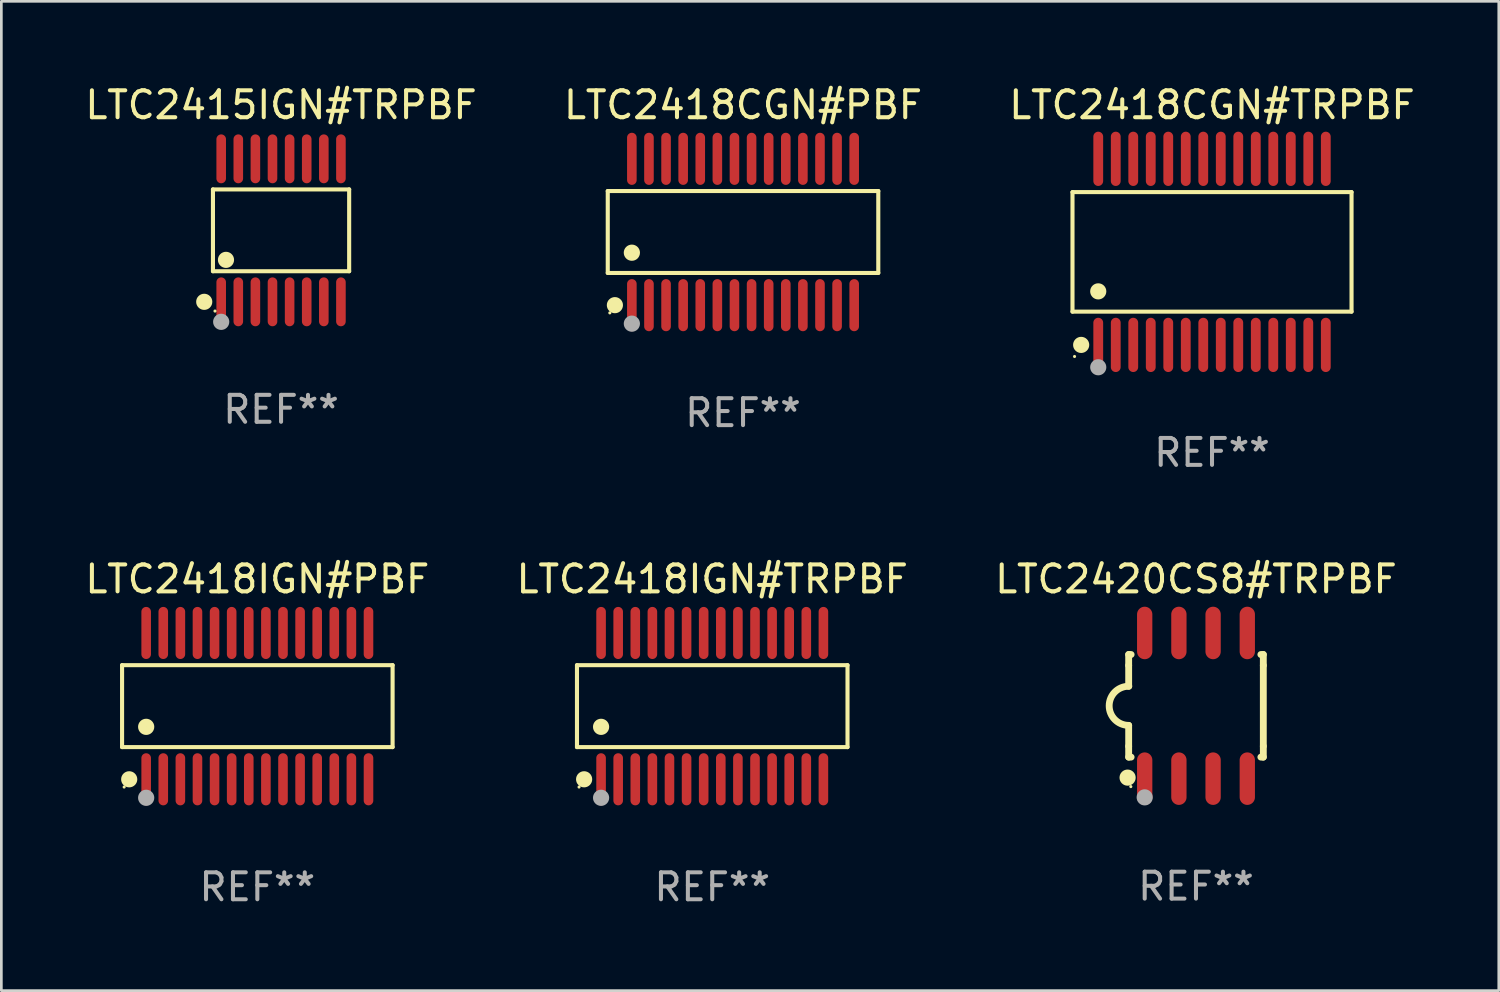
<source format=kicad_pcb>
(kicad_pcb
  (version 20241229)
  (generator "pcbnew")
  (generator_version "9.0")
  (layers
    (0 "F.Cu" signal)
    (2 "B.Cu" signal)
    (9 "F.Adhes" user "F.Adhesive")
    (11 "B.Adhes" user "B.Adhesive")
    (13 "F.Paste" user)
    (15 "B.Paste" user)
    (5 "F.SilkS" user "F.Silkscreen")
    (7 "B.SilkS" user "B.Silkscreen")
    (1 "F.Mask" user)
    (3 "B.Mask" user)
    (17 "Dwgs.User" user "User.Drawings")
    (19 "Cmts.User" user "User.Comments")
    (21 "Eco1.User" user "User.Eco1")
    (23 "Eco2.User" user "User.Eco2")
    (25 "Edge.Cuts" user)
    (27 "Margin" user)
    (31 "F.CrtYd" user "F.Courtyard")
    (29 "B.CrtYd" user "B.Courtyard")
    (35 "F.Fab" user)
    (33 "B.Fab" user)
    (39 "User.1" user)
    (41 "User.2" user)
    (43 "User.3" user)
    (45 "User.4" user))
  (footprint "LTC2418CGN#TRPBF"
    (layer "F.Cu")
    (at 41.958 6.303)
    (property "Reference" "LTC2418CGN#TRPBF" (at 0 -5.455 0) (layer "F.SilkS") (effects (font (size 1 1) (thickness 0.15))))
    (attr through_hole)
    (fp_line (start -5.181 -2.219) (end 5.181 -2.219) (stroke (width 0.152) (type solid)) (layer "F.SilkS"))
    (fp_line (start -5.181 2.219) (end -5.181 -2.219) (stroke (width 0.152) (type solid)) (layer "F.SilkS"))
    (fp_line (start 5.181 -2.219) (end 5.181 2.219) (stroke (width 0.152) (type solid)) (layer "F.SilkS"))
    (fp_line (start 5.181 2.219) (end -5.181 2.219) (stroke (width 0.152) (type solid)) (layer "F.SilkS"))
    (fp_circle (center -5.105 3.885) (end -5.075 3.885) (stroke (width 0.06) (type solid)) (fill no) (layer "F.SilkS"))
    (fp_circle (center -4.859 3.455) (end -4.709 3.455) (stroke (width 0.3) (type solid)) (fill no) (layer "F.SilkS"))
    (fp_circle (center -4.225 1.467) (end -4.075 1.467) (stroke (width 0.3) (type solid)) (fill no) (layer "F.SilkS"))
    (fp_circle (center -4.225 4.285) (end -4.075 4.285) (stroke (width 0.3) (type solid)) (fill no) (layer "F.Fab"))
    (fp_text user "REF**" (at 0 7.455 0) (layer "F.Fab") (effects (font (size 1 1) (thickness 0.15))))
    (pad "1" smd oval (at -4.225 3.455) (size 0.364 2.015) (layers "F.Cu" "F.Mask" "F.Paste"))
    (pad "2" smd oval (at -3.575 3.455) (size 0.364 2.015) (layers "F.Cu" "F.Mask" "F.Paste"))
    (pad "3" smd oval (at -2.925 3.455) (size 0.364 2.015) (layers "F.Cu" "F.Mask" "F.Paste"))
    (pad "4" smd oval (at -2.275 3.455) (size 0.364 2.015) (layers "F.Cu" "F.Mask" "F.Paste"))
    (pad "5" smd oval (at -1.625 3.455) (size 0.364 2.015) (layers "F.Cu" "F.Mask" "F.Paste"))
    (pad "6" smd oval (at -0.975 3.455) (size 0.364 2.015) (layers "F.Cu" "F.Mask" "F.Paste"))
    (pad "7" smd oval (at -0.325 3.455) (size 0.364 2.015) (layers "F.Cu" "F.Mask" "F.Paste"))
    (pad "8" smd oval (at 0.325 3.455) (size 0.364 2.015) (layers "F.Cu" "F.Mask" "F.Paste"))
    (pad "9" smd oval (at 0.975 3.455) (size 0.364 2.015) (layers "F.Cu" "F.Mask" "F.Paste"))
    (pad "10" smd oval (at 1.625 3.455) (size 0.364 2.015) (layers "F.Cu" "F.Mask" "F.Paste"))
    (pad "11" smd oval (at 2.275 3.455) (size 0.364 2.015) (layers "F.Cu" "F.Mask" "F.Paste"))
    (pad "12" smd oval (at 2.925 3.455) (size 0.364 2.015) (layers "F.Cu" "F.Mask" "F.Paste"))
    (pad "13" smd oval (at 3.575 3.455) (size 0.364 2.015) (layers "F.Cu" "F.Mask" "F.Paste"))
    (pad "14" smd oval (at 4.225 3.455) (size 0.364 2.015) (layers "F.Cu" "F.Mask" "F.Paste"))
    (pad "15" smd oval (at 4.225 -3.455) (size 0.364 2.015) (layers "F.Cu" "F.Mask" "F.Paste"))
    (pad "16" smd oval (at 3.575 -3.455) (size 0.364 2.015) (layers "F.Cu" "F.Mask" "F.Paste"))
    (pad "17" smd oval (at 2.925 -3.455) (size 0.364 2.015) (layers "F.Cu" "F.Mask" "F.Paste"))
    (pad "18" smd oval (at 2.275 -3.455) (size 0.364 2.015) (layers "F.Cu" "F.Mask" "F.Paste"))
    (pad "19" smd oval (at 1.625 -3.455) (size 0.364 2.015) (layers "F.Cu" "F.Mask" "F.Paste"))
    (pad "20" smd oval (at 0.975 -3.455) (size 0.364 2.015) (layers "F.Cu" "F.Mask" "F.Paste"))
    (pad "21" smd oval (at 0.325 -3.455) (size 0.364 2.015) (layers "F.Cu" "F.Mask" "F.Paste"))
    (pad "22" smd oval (at -0.325 -3.455) (size 0.364 2.015) (layers "F.Cu" "F.Mask" "F.Paste"))
    (pad "23" smd oval (at -0.975 -3.455) (size 0.364 2.015) (layers "F.Cu" "F.Mask" "F.Paste"))
    (pad "24" smd oval (at -1.625 -3.455) (size 0.364 2.015) (layers "F.Cu" "F.Mask" "F.Paste"))
    (pad "25" smd oval (at -2.275 -3.455) (size 0.364 2.015) (layers "F.Cu" "F.Mask" "F.Paste"))
    (pad "26" smd oval (at -2.925 -3.455) (size 0.364 2.015) (layers "F.Cu" "F.Mask" "F.Paste"))
    (pad "27" smd oval (at -3.575 -3.455) (size 0.364 2.015) (layers "F.Cu" "F.Mask" "F.Paste"))
    (pad "28" smd oval (at -4.225 -3.455) (size 0.364 2.015) (layers "F.Cu" "F.Mask" "F.Paste")))
  (footprint "LTC2420CS8#TRPBF"
    (layer "F.Cu")
    (at 41.363 23.16)
    (property "Reference" "LTC2420CS8#TRPBF" (at 0 -4.705 0) (layer "F.SilkS") (effects (font (size 1 1) (thickness 0.15))))
    (attr through_hole)
    (fp_line (start -2.5 -1.905) (end -2.409 -1.905) (stroke (width 0.254) (type solid)) (layer "F.SilkS"))
    (fp_line (start -2.5 -1.5) (end -2.5 -1.905) (stroke (width 0.254) (type solid)) (layer "F.SilkS"))
    (fp_line (start -2.5 -1.5) (end -2.5 -0.726) (stroke (width 0.254) (type solid)) (layer "F.SilkS"))
    (fp_line (start -2.5 1.5) (end -2.5 0.727) (stroke (width 0.254) (type solid)) (layer "F.SilkS"))
    (fp_line (start -2.5 1.5) (end -2.5 1.905) (stroke (width 0.254) (type solid)) (layer "F.SilkS"))
    (fp_line (start -2.5 1.905) (end -2.409 1.905) (stroke (width 0.254) (type solid)) (layer "F.SilkS"))
    (fp_line (start 2.5 -1.905) (end 2.409 -1.905) (stroke (width 0.254) (type solid)) (layer "F.SilkS"))
    (fp_line (start 2.5 -1.5) (end 2.5 -1.905) (stroke (width 0.254) (type solid)) (layer "F.SilkS"))
    (fp_line (start 2.5 -1.5) (end 2.5 1.5) (stroke (width 0.254) (type solid)) (layer "F.SilkS"))
    (fp_line (start 2.5 1.5) (end 2.5 1.905) (stroke (width 0.254) (type solid)) (layer "F.SilkS"))
    (fp_line (start 2.5 1.905) (end 2.409 1.905) (stroke (width 0.254) (type solid)) (layer "F.SilkS"))
    (fp_arc (start -2.5 0.726568) (mid -3.220316 -0.0023) (end -2.495097 -0.726289) (stroke (width 0.254001) (type solid)) (layer "F.SilkS"))
    (fp_circle (center -2.54 2.667) (end -2.39 2.667) (stroke (width 0.3) (type solid)) (fill no) (layer "F.SilkS"))
    (fp_circle (center -2.42 3) (end -2.39 3) (stroke (width 0.06) (type solid)) (fill no) (layer "F.SilkS"))
    (fp_circle (center -1.905 3.4) (end -1.755 3.4) (stroke (width 0.3) (type solid)) (fill no) (layer "F.Fab"))
    (fp_text user "REF**" (at 0 6.705 0) (layer "F.Fab") (effects (font (size 1 1) (thickness 0.15))))
    (pad "1" smd oval (at -1.905 2.705) (size 0.568 1.95) (layers "F.Cu" "F.Mask" "F.Paste"))
    (pad "2" smd oval (at -0.635 2.705) (size 0.568 1.95) (layers "F.Cu" "F.Mask" "F.Paste"))
    (pad "3" smd oval (at 0.635 2.705) (size 0.568 1.95) (layers "F.Cu" "F.Mask" "F.Paste"))
    (pad "4" smd oval (at 1.905 2.705) (size 0.568 1.95) (layers "F.Cu" "F.Mask" "F.Paste"))
    (pad "5" smd oval (at 1.905 -2.705) (size 0.568 1.95) (layers "F.Cu" "F.Mask" "F.Paste"))
    (pad "6" smd oval (at 0.635 -2.705) (size 0.568 1.95) (layers "F.Cu" "F.Mask" "F.Paste"))
    (pad "7" smd oval (at -0.635 -2.705) (size 0.568 1.95) (layers "F.Cu" "F.Mask" "F.Paste"))
    (pad "8" smd oval (at -1.905 -2.705) (size 0.568 1.95) (layers "F.Cu" "F.Mask" "F.Paste")))
  (footprint "LTC2418IGN#PBF"
    (layer "F.Cu")
    (at 6.506 23.172)
    (property "Reference" "LTC2418IGN#PBF" (at 0 -4.717 0) (layer "F.SilkS") (effects (font (size 1 1) (thickness 0.15))))
    (attr through_hole)
    (fp_line (start -5.023 -1.521) (end 5.023 -1.521) (stroke (width 0.152) (type solid)) (layer "F.SilkS"))
    (fp_line (start -5.023 1.521) (end -5.023 -1.521) (stroke (width 0.152) (type solid)) (layer "F.SilkS"))
    (fp_line (start 5.023 -1.521) (end 5.023 1.521) (stroke (width 0.152) (type solid)) (layer "F.SilkS"))
    (fp_line (start 5.023 1.521) (end -5.023 1.521) (stroke (width 0.152) (type solid)) (layer "F.SilkS"))
    (fp_circle (center -4.946 3.004) (end -4.916 3.004) (stroke (width 0.06) (type solid)) (fill no) (layer "F.SilkS"))
    (fp_circle (center -4.758 2.717) (end -4.608 2.717) (stroke (width 0.3) (type solid)) (fill no) (layer "F.SilkS"))
    (fp_circle (center -4.128 0.769) (end -3.977 0.769) (stroke (width 0.3) (type solid)) (fill no) (layer "F.SilkS"))
    (fp_circle (center -4.128 3.404) (end -3.977 3.404) (stroke (width 0.3) (type solid)) (fill no) (layer "F.Fab"))
    (fp_text user "REF**" (at 0 6.717 0) (layer "F.Fab") (effects (font (size 1 1) (thickness 0.15))))
    (pad "1" smd oval (at -4.128 2.717) (size 0.356 1.935) (layers "F.Cu" "F.Mask" "F.Paste"))
    (pad "2" smd oval (at -3.493 2.717) (size 0.356 1.935) (layers "F.Cu" "F.Mask" "F.Paste"))
    (pad "3" smd oval (at -2.858 2.717) (size 0.356 1.935) (layers "F.Cu" "F.Mask" "F.Paste"))
    (pad "4" smd oval (at -2.223 2.717) (size 0.356 1.935) (layers "F.Cu" "F.Mask" "F.Paste"))
    (pad "5" smd oval (at -1.588 2.717) (size 0.356 1.935) (layers "F.Cu" "F.Mask" "F.Paste"))
    (pad "6" smd oval (at -0.953 2.717) (size 0.356 1.935) (layers "F.Cu" "F.Mask" "F.Paste"))
    (pad "7" smd oval (at -0.318 2.717) (size 0.356 1.935) (layers "F.Cu" "F.Mask" "F.Paste"))
    (pad "8" smd oval (at 0.318 2.717) (size 0.356 1.935) (layers "F.Cu" "F.Mask" "F.Paste"))
    (pad "9" smd oval (at 0.953 2.717) (size 0.356 1.935) (layers "F.Cu" "F.Mask" "F.Paste"))
    (pad "10" smd oval (at 1.588 2.717) (size 0.356 1.935) (layers "F.Cu" "F.Mask" "F.Paste"))
    (pad "11" smd oval (at 2.223 2.717) (size 0.356 1.935) (layers "F.Cu" "F.Mask" "F.Paste"))
    (pad "12" smd oval (at 2.858 2.717) (size 0.356 1.935) (layers "F.Cu" "F.Mask" "F.Paste"))
    (pad "13" smd oval (at 3.493 2.717) (size 0.356 1.935) (layers "F.Cu" "F.Mask" "F.Paste"))
    (pad "14" smd oval (at 4.128 2.717) (size 0.356 1.935) (layers "F.Cu" "F.Mask" "F.Paste"))
    (pad "15" smd oval (at 4.128 -2.717) (size 0.356 1.935) (layers "F.Cu" "F.Mask" "F.Paste"))
    (pad "16" smd oval (at 3.493 -2.717) (size 0.356 1.935) (layers "F.Cu" "F.Mask" "F.Paste"))
    (pad "17" smd oval (at 2.858 -2.717) (size 0.356 1.935) (layers "F.Cu" "F.Mask" "F.Paste"))
    (pad "18" smd oval (at 2.223 -2.717) (size 0.356 1.935) (layers "F.Cu" "F.Mask" "F.Paste"))
    (pad "19" smd oval (at 1.588 -2.717) (size 0.356 1.935) (layers "F.Cu" "F.Mask" "F.Paste"))
    (pad "20" smd oval (at 0.953 -2.717) (size 0.356 1.935) (layers "F.Cu" "F.Mask" "F.Paste"))
    (pad "21" smd oval (at 0.318 -2.717) (size 0.356 1.935) (layers "F.Cu" "F.Mask" "F.Paste"))
    (pad "22" smd oval (at -0.318 -2.717) (size 0.356 1.935) (layers "F.Cu" "F.Mask" "F.Paste"))
    (pad "23" smd oval (at -0.953 -2.717) (size 0.356 1.935) (layers "F.Cu" "F.Mask" "F.Paste"))
    (pad "24" smd oval (at -1.588 -2.717) (size 0.356 1.935) (layers "F.Cu" "F.Mask" "F.Paste"))
    (pad "25" smd oval (at -2.223 -2.717) (size 0.356 1.935) (layers "F.Cu" "F.Mask" "F.Paste"))
    (pad "26" smd oval (at -2.858 -2.717) (size 0.356 1.935) (layers "F.Cu" "F.Mask" "F.Paste"))
    (pad "27" smd oval (at -3.493 -2.717) (size 0.356 1.935) (layers "F.Cu" "F.Mask" "F.Paste"))
    (pad "28" smd oval (at -4.128 -2.717) (size 0.356 1.935) (layers "F.Cu" "F.Mask" "F.Paste")))
  (footprint "LTC2418IGN#TRPBF"
    (layer "F.Cu")
    (at 23.399 23.172)
    (property "Reference" "LTC2418IGN#TRPBF" (at 0 -4.717 0) (layer "F.SilkS") (effects (font (size 1 1) (thickness 0.15))))
    (attr through_hole)
    (fp_line (start -5.023 -1.521) (end 5.023 -1.521) (stroke (width 0.152) (type solid)) (layer "F.SilkS"))
    (fp_line (start -5.023 1.521) (end -5.023 -1.521) (stroke (width 0.152) (type solid)) (layer "F.SilkS"))
    (fp_line (start 5.023 -1.521) (end 5.023 1.521) (stroke (width 0.152) (type solid)) (layer "F.SilkS"))
    (fp_line (start 5.023 1.521) (end -5.023 1.521) (stroke (width 0.152) (type solid)) (layer "F.SilkS"))
    (fp_circle (center -4.946 3.004) (end -4.916 3.004) (stroke (width 0.06) (type solid)) (fill no) (layer "F.SilkS"))
    (fp_circle (center -4.758 2.717) (end -4.608 2.717) (stroke (width 0.3) (type solid)) (fill no) (layer "F.SilkS"))
    (fp_circle (center -4.128 0.769) (end -3.977 0.769) (stroke (width 0.3) (type solid)) (fill no) (layer "F.SilkS"))
    (fp_circle (center -4.128 3.404) (end -3.977 3.404) (stroke (width 0.3) (type solid)) (fill no) (layer "F.Fab"))
    (fp_text user "REF**" (at 0 6.717 0) (layer "F.Fab") (effects (font (size 1 1) (thickness 0.15))))
    (pad "1" smd oval (at -4.128 2.717) (size 0.356 1.935) (layers "F.Cu" "F.Mask" "F.Paste"))
    (pad "2" smd oval (at -3.493 2.717) (size 0.356 1.935) (layers "F.Cu" "F.Mask" "F.Paste"))
    (pad "3" smd oval (at -2.858 2.717) (size 0.356 1.935) (layers "F.Cu" "F.Mask" "F.Paste"))
    (pad "4" smd oval (at -2.223 2.717) (size 0.356 1.935) (layers "F.Cu" "F.Mask" "F.Paste"))
    (pad "5" smd oval (at -1.588 2.717) (size 0.356 1.935) (layers "F.Cu" "F.Mask" "F.Paste"))
    (pad "6" smd oval (at -0.953 2.717) (size 0.356 1.935) (layers "F.Cu" "F.Mask" "F.Paste"))
    (pad "7" smd oval (at -0.318 2.717) (size 0.356 1.935) (layers "F.Cu" "F.Mask" "F.Paste"))
    (pad "8" smd oval (at 0.318 2.717) (size 0.356 1.935) (layers "F.Cu" "F.Mask" "F.Paste"))
    (pad "9" smd oval (at 0.953 2.717) (size 0.356 1.935) (layers "F.Cu" "F.Mask" "F.Paste"))
    (pad "10" smd oval (at 1.588 2.717) (size 0.356 1.935) (layers "F.Cu" "F.Mask" "F.Paste"))
    (pad "11" smd oval (at 2.223 2.717) (size 0.356 1.935) (layers "F.Cu" "F.Mask" "F.Paste"))
    (pad "12" smd oval (at 2.858 2.717) (size 0.356 1.935) (layers "F.Cu" "F.Mask" "F.Paste"))
    (pad "13" smd oval (at 3.493 2.717) (size 0.356 1.935) (layers "F.Cu" "F.Mask" "F.Paste"))
    (pad "14" smd oval (at 4.128 2.717) (size 0.356 1.935) (layers "F.Cu" "F.Mask" "F.Paste"))
    (pad "15" smd oval (at 4.128 -2.717) (size 0.356 1.935) (layers "F.Cu" "F.Mask" "F.Paste"))
    (pad "16" smd oval (at 3.493 -2.717) (size 0.356 1.935) (layers "F.Cu" "F.Mask" "F.Paste"))
    (pad "17" smd oval (at 2.858 -2.717) (size 0.356 1.935) (layers "F.Cu" "F.Mask" "F.Paste"))
    (pad "18" smd oval (at 2.223 -2.717) (size 0.356 1.935) (layers "F.Cu" "F.Mask" "F.Paste"))
    (pad "19" smd oval (at 1.588 -2.717) (size 0.356 1.935) (layers "F.Cu" "F.Mask" "F.Paste"))
    (pad "20" smd oval (at 0.953 -2.717) (size 0.356 1.935) (layers "F.Cu" "F.Mask" "F.Paste"))
    (pad "21" smd oval (at 0.318 -2.717) (size 0.356 1.935) (layers "F.Cu" "F.Mask" "F.Paste"))
    (pad "22" smd oval (at -0.318 -2.717) (size 0.356 1.935) (layers "F.Cu" "F.Mask" "F.Paste"))
    (pad "23" smd oval (at -0.953 -2.717) (size 0.356 1.935) (layers "F.Cu" "F.Mask" "F.Paste"))
    (pad "24" smd oval (at -1.588 -2.717) (size 0.356 1.935) (layers "F.Cu" "F.Mask" "F.Paste"))
    (pad "25" smd oval (at -2.223 -2.717) (size 0.356 1.935) (layers "F.Cu" "F.Mask" "F.Paste"))
    (pad "26" smd oval (at -2.858 -2.717) (size 0.356 1.935) (layers "F.Cu" "F.Mask" "F.Paste"))
    (pad "27" smd oval (at -3.493 -2.717) (size 0.356 1.935) (layers "F.Cu" "F.Mask" "F.Paste"))
    (pad "28" smd oval (at -4.128 -2.717) (size 0.356 1.935) (layers "F.Cu" "F.Mask" "F.Paste")))
  (footprint "LTC2415IGN#TRPBF"
    (layer "F.Cu")
    (at 7.387 5.503)
    (property "Reference" "LTC2415IGN#TRPBF" (at 0 -4.655 0) (layer "F.SilkS") (effects (font (size 1 1) (thickness 0.15))))
    (attr through_hole)
    (fp_line (start -2.529 -1.519) (end 2.529 -1.519) (stroke (width 0.152) (type solid)) (layer "F.SilkS"))
    (fp_line (start -2.529 1.519) (end -2.529 -1.519) (stroke (width 0.152) (type solid)) (layer "F.SilkS"))
    (fp_line (start 2.529 -1.519) (end 2.529 1.519) (stroke (width 0.152) (type solid)) (layer "F.SilkS"))
    (fp_line (start 2.529 1.519) (end -2.529 1.519) (stroke (width 0.152) (type solid)) (layer "F.SilkS"))
    (fp_circle (center -2.853 2.655) (end -2.703 2.655) (stroke (width 0.3) (type solid)) (fill no) (layer "F.SilkS"))
    (fp_circle (center -2.453 2.998) (end -2.423 2.998) (stroke (width 0.06) (type solid)) (fill no) (layer "F.SilkS"))
    (fp_circle (center -2.045 1.097) (end -1.895 1.097) (stroke (width 0.3) (type solid)) (fill no) (layer "F.SilkS"))
    (fp_circle (center -2.223 3.398) (end -2.072 3.398) (stroke (width 0.3) (type solid)) (fill no) (layer "F.Fab"))
    (fp_text user "REF**" (at 0 6.655 0) (layer "F.Fab") (effects (font (size 1 1) (thickness 0.15))))
    (pad "1" smd oval (at -2.223 2.655) (size 0.356 1.815) (layers "F.Cu" "F.Mask" "F.Paste"))
    (pad "2" smd oval (at -1.588 2.655) (size 0.356 1.815) (layers "F.Cu" "F.Mask" "F.Paste"))
    (pad "3" smd oval (at -0.953 2.655) (size 0.356 1.815) (layers "F.Cu" "F.Mask" "F.Paste"))
    (pad "4" smd oval (at -0.318 2.655) (size 0.356 1.815) (layers "F.Cu" "F.Mask" "F.Paste"))
    (pad "5" smd oval (at 0.318 2.655) (size 0.356 1.815) (layers "F.Cu" "F.Mask" "F.Paste"))
    (pad "6" smd oval (at 0.953 2.655) (size 0.356 1.815) (layers "F.Cu" "F.Mask" "F.Paste"))
    (pad "7" smd oval (at 1.588 2.655) (size 0.356 1.815) (layers "F.Cu" "F.Mask" "F.Paste"))
    (pad "8" smd oval (at 2.223 2.655) (size 0.356 1.815) (layers "F.Cu" "F.Mask" "F.Paste"))
    (pad "9" smd oval (at 2.223 -2.655) (size 0.356 1.815) (layers "F.Cu" "F.Mask" "F.Paste"))
    (pad "10" smd oval (at 1.588 -2.655) (size 0.356 1.815) (layers "F.Cu" "F.Mask" "F.Paste"))
    (pad "11" smd oval (at 0.953 -2.655) (size 0.356 1.815) (layers "F.Cu" "F.Mask" "F.Paste"))
    (pad "12" smd oval (at 0.318 -2.655) (size 0.356 1.815) (layers "F.Cu" "F.Mask" "F.Paste"))
    (pad "13" smd oval (at -0.318 -2.655) (size 0.356 1.815) (layers "F.Cu" "F.Mask" "F.Paste"))
    (pad "14" smd oval (at -0.953 -2.655) (size 0.356 1.815) (layers "F.Cu" "F.Mask" "F.Paste"))
    (pad "15" smd oval (at -1.588 -2.655) (size 0.356 1.815) (layers "F.Cu" "F.Mask" "F.Paste"))
    (pad "16" smd oval (at -2.223 -2.655) (size 0.356 1.815) (layers "F.Cu" "F.Mask" "F.Paste")))
  (footprint "LTC2418CGN#PBF"
    (layer "F.Cu")
    (at 24.542 5.565)
    (property "Reference" "LTC2418CGN#PBF" (at 0 -4.717 0) (layer "F.SilkS") (effects (font (size 1 1) (thickness 0.15))))
    (attr through_hole)
    (fp_line (start -5.023 -1.521) (end 5.023 -1.521) (stroke (width 0.152) (type solid)) (layer "F.SilkS"))
    (fp_line (start -5.023 1.521) (end -5.023 -1.521) (stroke (width 0.152) (type solid)) (layer "F.SilkS"))
    (fp_line (start 5.023 -1.521) (end 5.023 1.521) (stroke (width 0.152) (type solid)) (layer "F.SilkS"))
    (fp_line (start 5.023 1.521) (end -5.023 1.521) (stroke (width 0.152) (type solid)) (layer "F.SilkS"))
    (fp_circle (center -4.946 3.004) (end -4.916 3.004) (stroke (width 0.06) (type solid)) (fill no) (layer "F.SilkS"))
    (fp_circle (center -4.758 2.717) (end -4.608 2.717) (stroke (width 0.3) (type solid)) (fill no) (layer "F.SilkS"))
    (fp_circle (center -4.128 0.769) (end -3.977 0.769) (stroke (width 0.3) (type solid)) (fill no) (layer "F.SilkS"))
    (fp_circle (center -4.128 3.404) (end -3.977 3.404) (stroke (width 0.3) (type solid)) (fill no) (layer "F.Fab"))
    (fp_text user "REF**" (at 0 6.717 0) (layer "F.Fab") (effects (font (size 1 1) (thickness 0.15))))
    (pad "1" smd oval (at -4.128 2.717) (size 0.356 1.935) (layers "F.Cu" "F.Mask" "F.Paste"))
    (pad "2" smd oval (at -3.493 2.717) (size 0.356 1.935) (layers "F.Cu" "F.Mask" "F.Paste"))
    (pad "3" smd oval (at -2.858 2.717) (size 0.356 1.935) (layers "F.Cu" "F.Mask" "F.Paste"))
    (pad "4" smd oval (at -2.223 2.717) (size 0.356 1.935) (layers "F.Cu" "F.Mask" "F.Paste"))
    (pad "5" smd oval (at -1.588 2.717) (size 0.356 1.935) (layers "F.Cu" "F.Mask" "F.Paste"))
    (pad "6" smd oval (at -0.953 2.717) (size 0.356 1.935) (layers "F.Cu" "F.Mask" "F.Paste"))
    (pad "7" smd oval (at -0.318 2.717) (size 0.356 1.935) (layers "F.Cu" "F.Mask" "F.Paste"))
    (pad "8" smd oval (at 0.318 2.717) (size 0.356 1.935) (layers "F.Cu" "F.Mask" "F.Paste"))
    (pad "9" smd oval (at 0.953 2.717) (size 0.356 1.935) (layers "F.Cu" "F.Mask" "F.Paste"))
    (pad "10" smd oval (at 1.588 2.717) (size 0.356 1.935) (layers "F.Cu" "F.Mask" "F.Paste"))
    (pad "11" smd oval (at 2.223 2.717) (size 0.356 1.935) (layers "F.Cu" "F.Mask" "F.Paste"))
    (pad "12" smd oval (at 2.858 2.717) (size 0.356 1.935) (layers "F.Cu" "F.Mask" "F.Paste"))
    (pad "13" smd oval (at 3.493 2.717) (size 0.356 1.935) (layers "F.Cu" "F.Mask" "F.Paste"))
    (pad "14" smd oval (at 4.128 2.717) (size 0.356 1.935) (layers "F.Cu" "F.Mask" "F.Paste"))
    (pad "15" smd oval (at 4.128 -2.717) (size 0.356 1.935) (layers "F.Cu" "F.Mask" "F.Paste"))
    (pad "16" smd oval (at 3.493 -2.717) (size 0.356 1.935) (layers "F.Cu" "F.Mask" "F.Paste"))
    (pad "17" smd oval (at 2.858 -2.717) (size 0.356 1.935) (layers "F.Cu" "F.Mask" "F.Paste"))
    (pad "18" smd oval (at 2.223 -2.717) (size 0.356 1.935) (layers "F.Cu" "F.Mask" "F.Paste"))
    (pad "19" smd oval (at 1.588 -2.717) (size 0.356 1.935) (layers "F.Cu" "F.Mask" "F.Paste"))
    (pad "20" smd oval (at 0.953 -2.717) (size 0.356 1.935) (layers "F.Cu" "F.Mask" "F.Paste"))
    (pad "21" smd oval (at 0.318 -2.717) (size 0.356 1.935) (layers "F.Cu" "F.Mask" "F.Paste"))
    (pad "22" smd oval (at -0.318 -2.717) (size 0.356 1.935) (layers "F.Cu" "F.Mask" "F.Paste"))
    (pad "23" smd oval (at -0.953 -2.717) (size 0.356 1.935) (layers "F.Cu" "F.Mask" "F.Paste"))
    (pad "24" smd oval (at -1.588 -2.717) (size 0.356 1.935) (layers "F.Cu" "F.Mask" "F.Paste"))
    (pad "25" smd oval (at -2.223 -2.717) (size 0.356 1.935) (layers "F.Cu" "F.Mask" "F.Paste"))
    (pad "26" smd oval (at -2.858 -2.717) (size 0.356 1.935) (layers "F.Cu" "F.Mask" "F.Paste"))
    (pad "27" smd oval (at -3.493 -2.717) (size 0.356 1.935) (layers "F.Cu" "F.Mask" "F.Paste"))
    (pad "28" smd oval (at -4.128 -2.717) (size 0.356 1.935) (layers "F.Cu" "F.Mask" "F.Paste")))
  (gr_rect
    (start -3 -3)
    (end 52.607 33.737)
    (stroke (width 0.1) (type default))
    (fill no)
    (layer "Edge.Cuts")))
</source>
